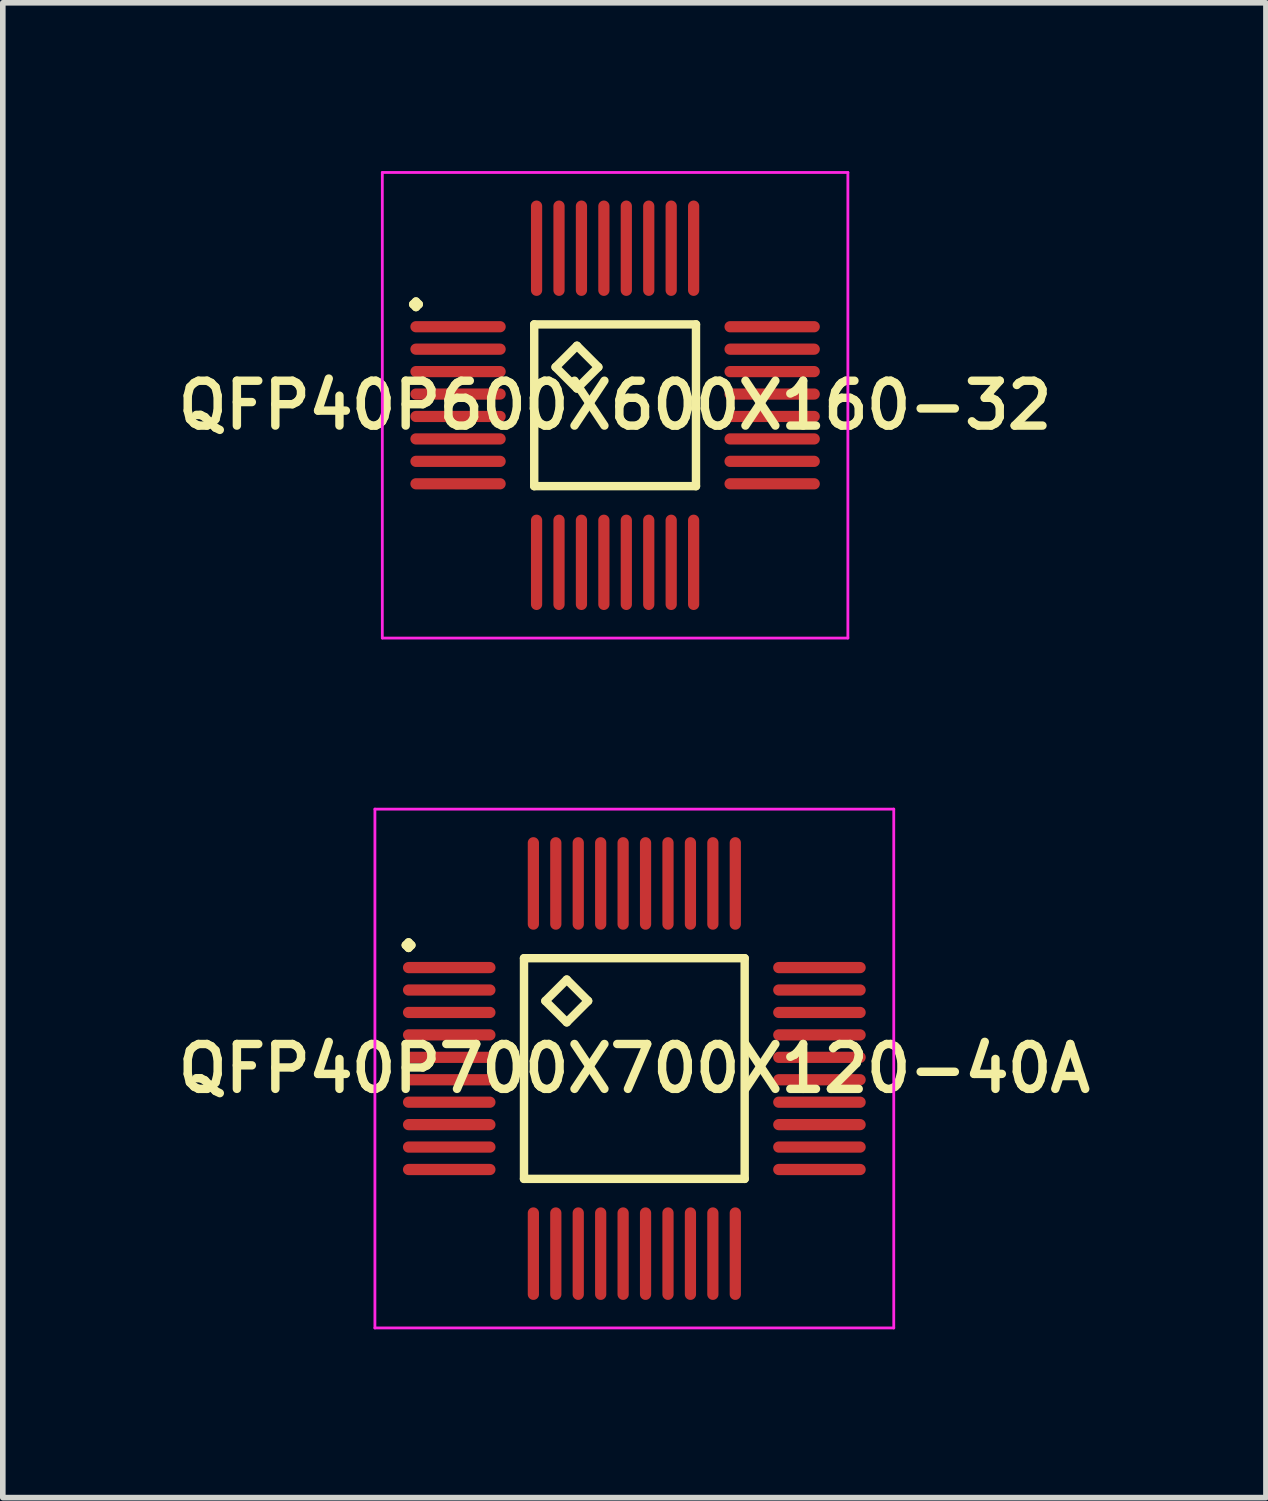
<source format=kicad_pcb>
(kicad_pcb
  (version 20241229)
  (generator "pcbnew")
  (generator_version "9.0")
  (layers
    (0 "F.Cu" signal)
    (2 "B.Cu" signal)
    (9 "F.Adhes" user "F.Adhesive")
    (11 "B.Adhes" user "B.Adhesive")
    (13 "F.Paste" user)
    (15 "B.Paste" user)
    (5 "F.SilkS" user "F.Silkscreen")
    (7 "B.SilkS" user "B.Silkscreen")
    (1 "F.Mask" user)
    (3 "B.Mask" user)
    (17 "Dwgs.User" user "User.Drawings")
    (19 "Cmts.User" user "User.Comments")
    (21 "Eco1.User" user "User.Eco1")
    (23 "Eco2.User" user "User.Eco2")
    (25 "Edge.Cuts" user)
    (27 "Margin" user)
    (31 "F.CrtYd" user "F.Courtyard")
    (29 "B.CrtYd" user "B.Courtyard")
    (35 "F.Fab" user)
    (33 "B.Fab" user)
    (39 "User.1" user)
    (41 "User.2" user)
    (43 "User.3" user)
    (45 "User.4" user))
  (footprint "QFP40P600X600X160-32"
    (layer "F.Cu")
    (at 7.916 4.175)
    (property "Reference" "QFP40P600X600X160-32" (at 0 0 0) (layer "F.SilkS") (effects (font (size 0.8 0.8) (thickness 0.15))))
    (attr smd)
    (fp_line (start -3.6 -1.8) (end -3.55 -1.85) (stroke (width 0.15) (type solid)) (layer "F.SilkS"))
    (fp_line (start -3.55 -1.85) (end -3.5 -1.8) (stroke (width 0.15) (type solid)) (layer "F.SilkS"))
    (fp_line (start -3.55 -1.75) (end -3.6 -1.8) (stroke (width 0.15) (type solid)) (layer "F.SilkS"))
    (fp_line (start -3.5 -1.8) (end -3.55 -1.75) (stroke (width 0.15) (type solid)) (layer "F.SilkS"))
    (fp_line (start -1.442 -1.442) (end -1.442 1.442) (stroke (width 0.15) (type solid)) (layer "F.SilkS"))
    (fp_line (start -1.442 1.442) (end 1.442 1.442) (stroke (width 0.15) (type solid)) (layer "F.SilkS"))
    (fp_line (start -1.061 -0.68) (end -0.68 -1.061) (stroke (width 0.15) (type solid)) (layer "F.SilkS"))
    (fp_line (start -0.68 -1.061) (end -0.299 -0.68) (stroke (width 0.15) (type solid)) (layer "F.SilkS"))
    (fp_line (start -0.68 -0.299) (end -1.061 -0.68) (stroke (width 0.15) (type solid)) (layer "F.SilkS"))
    (fp_line (start -0.299 -0.68) (end -0.68 -0.299) (stroke (width 0.15) (type solid)) (layer "F.SilkS"))
    (fp_line (start 1.442 -1.442) (end -1.442 -1.442) (stroke (width 0.15) (type solid)) (layer "F.SilkS"))
    (fp_line (start 1.442 1.442) (end 1.442 -1.442) (stroke (width 0.15) (type solid)) (layer "F.SilkS"))
    (fp_line (start -4.15 -4.15) (end 4.15 -4.15) (stroke (width 0.05) (type solid)) (layer "F.CrtYd"))
    (fp_line (start -4.15 4.15) (end -4.15 -4.15) (stroke (width 0.05) (type solid)) (layer "F.CrtYd"))
    (fp_line (start 4.15 -4.15) (end 4.15 4.15) (stroke (width 0.05) (type solid)) (layer "F.CrtYd"))
    (fp_line (start 4.15 4.15) (end -4.15 4.15) (stroke (width 0.05) (type solid)) (layer "F.CrtYd"))
    (pad "1" smd oval (at -2.8 -1.4) (size 1.7 0.2) (layers "F.Cu" "F.Mask" "F.Paste"))
    (pad "2" smd oval (at -2.8 -1) (size 1.7 0.2) (layers "F.Cu" "F.Mask" "F.Paste"))
    (pad "3" smd oval (at -2.8 -0.6) (size 1.7 0.2) (layers "F.Cu" "F.Mask" "F.Paste"))
    (pad "4" smd oval (at -2.8 -0.2) (size 1.7 0.2) (layers "F.Cu" "F.Mask" "F.Paste"))
    (pad "5" smd oval (at -2.8 0.2) (size 1.7 0.2) (layers "F.Cu" "F.Mask" "F.Paste"))
    (pad "6" smd oval (at -2.8 0.6) (size 1.7 0.2) (layers "F.Cu" "F.Mask" "F.Paste"))
    (pad "7" smd oval (at -2.8 1) (size 1.7 0.2) (layers "F.Cu" "F.Mask" "F.Paste"))
    (pad "8" smd oval (at -2.8 1.4) (size 1.7 0.2) (layers "F.Cu" "F.Mask" "F.Paste"))
    (pad "9" smd oval (at -1.4 2.8) (size 0.2 1.7) (layers "F.Cu" "F.Mask" "F.Paste"))
    (pad "10" smd oval (at -1 2.8) (size 0.2 1.7) (layers "F.Cu" "F.Mask" "F.Paste"))
    (pad "11" smd oval (at -0.6 2.8) (size 0.2 1.7) (layers "F.Cu" "F.Mask" "F.Paste"))
    (pad "12" smd oval (at -0.2 2.8) (size 0.2 1.7) (layers "F.Cu" "F.Mask" "F.Paste"))
    (pad "13" smd oval (at 0.2 2.8) (size 0.2 1.7) (layers "F.Cu" "F.Mask" "F.Paste"))
    (pad "14" smd oval (at 0.6 2.8) (size 0.2 1.7) (layers "F.Cu" "F.Mask" "F.Paste"))
    (pad "15" smd oval (at 1 2.8) (size 0.2 1.7) (layers "F.Cu" "F.Mask" "F.Paste"))
    (pad "16" smd oval (at 1.4 2.8) (size 0.2 1.7) (layers "F.Cu" "F.Mask" "F.Paste"))
    (pad "17" smd oval (at 2.8 1.4) (size 1.7 0.2) (layers "F.Cu" "F.Mask" "F.Paste"))
    (pad "18" smd oval (at 2.8 1) (size 1.7 0.2) (layers "F.Cu" "F.Mask" "F.Paste"))
    (pad "19" smd oval (at 2.8 0.6) (size 1.7 0.2) (layers "F.Cu" "F.Mask" "F.Paste"))
    (pad "20" smd oval (at 2.8 0.2) (size 1.7 0.2) (layers "F.Cu" "F.Mask" "F.Paste"))
    (pad "21" smd oval (at 2.8 -0.2) (size 1.7 0.2) (layers "F.Cu" "F.Mask" "F.Paste"))
    (pad "22" smd oval (at 2.8 -0.6) (size 1.7 0.2) (layers "F.Cu" "F.Mask" "F.Paste"))
    (pad "23" smd oval (at 2.8 -1) (size 1.7 0.2) (layers "F.Cu" "F.Mask" "F.Paste"))
    (pad "24" smd oval (at 2.8 -1.4) (size 1.7 0.2) (layers "F.Cu" "F.Mask" "F.Paste"))
    (pad "25" smd oval (at 1.4 -2.8) (size 0.2 1.7) (layers "F.Cu" "F.Mask" "F.Paste"))
    (pad "26" smd oval (at 1 -2.8) (size 0.2 1.7) (layers "F.Cu" "F.Mask" "F.Paste"))
    (pad "27" smd oval (at 0.6 -2.8) (size 0.2 1.7) (layers "F.Cu" "F.Mask" "F.Paste"))
    (pad "28" smd oval (at 0.2 -2.8) (size 0.2 1.7) (layers "F.Cu" "F.Mask" "F.Paste"))
    (pad "29" smd oval (at -0.2 -2.8) (size 0.2 1.7) (layers "F.Cu" "F.Mask" "F.Paste"))
    (pad "30" smd oval (at -0.6 -2.8) (size 0.2 1.7) (layers "F.Cu" "F.Mask" "F.Paste"))
    (pad "31" smd oval (at -1 -2.8) (size 0.2 1.7) (layers "F.Cu" "F.Mask" "F.Paste"))
    (pad "32" smd oval (at -1.4 -2.8) (size 0.2 1.7) (layers "F.Cu" "F.Mask" "F.Paste")))
  (footprint "QFP40P700X700X120-40A"
    (layer "F.Cu")
    (at 8.259 16)
    (property "Reference" "QFP40P700X700X120-40A" (at 0 0 0) (layer "F.SilkS") (effects (font (size 0.8 0.8) (thickness 0.15))))
    (attr smd)
    (fp_line (start -4.075 -2.2) (end -4.025 -2.25) (stroke (width 0.15) (type solid)) (layer "F.SilkS"))
    (fp_line (start -4.025 -2.25) (end -3.975 -2.2) (stroke (width 0.15) (type solid)) (layer "F.SilkS"))
    (fp_line (start -4.025 -2.15) (end -4.075 -2.2) (stroke (width 0.15) (type solid)) (layer "F.SilkS"))
    (fp_line (start -3.975 -2.2) (end -4.025 -2.15) (stroke (width 0.15) (type solid)) (layer "F.SilkS"))
    (fp_line (start -1.967 -1.967) (end -1.967 1.967) (stroke (width 0.15) (type solid)) (layer "F.SilkS"))
    (fp_line (start -1.967 1.967) (end 1.967 1.967) (stroke (width 0.15) (type solid)) (layer "F.SilkS"))
    (fp_line (start -1.586 -1.205) (end -1.205 -1.586) (stroke (width 0.15) (type solid)) (layer "F.SilkS"))
    (fp_line (start -1.205 -1.586) (end -0.824 -1.205) (stroke (width 0.15) (type solid)) (layer "F.SilkS"))
    (fp_line (start -1.205 -0.824) (end -1.586 -1.205) (stroke (width 0.15) (type solid)) (layer "F.SilkS"))
    (fp_line (start -0.824 -1.205) (end -1.205 -0.824) (stroke (width 0.15) (type solid)) (layer "F.SilkS"))
    (fp_line (start 1.967 -1.967) (end -1.967 -1.967) (stroke (width 0.15) (type solid)) (layer "F.SilkS"))
    (fp_line (start 1.967 1.967) (end 1.967 -1.967) (stroke (width 0.15) (type solid)) (layer "F.SilkS"))
    (fp_line (start -4.625 -4.625) (end 4.625 -4.625) (stroke (width 0.05) (type solid)) (layer "F.CrtYd"))
    (fp_line (start -4.625 4.625) (end -4.625 -4.625) (stroke (width 0.05) (type solid)) (layer "F.CrtYd"))
    (fp_line (start 4.625 -4.625) (end 4.625 4.625) (stroke (width 0.05) (type solid)) (layer "F.CrtYd"))
    (fp_line (start 4.625 4.625) (end -4.625 4.625) (stroke (width 0.05) (type solid)) (layer "F.CrtYd"))
    (pad "1" smd oval (at -3.3 -1.8) (size 1.65 0.2) (layers "F.Cu" "F.Mask" "F.Paste"))
    (pad "2" smd oval (at -3.3 -1.4) (size 1.65 0.2) (layers "F.Cu" "F.Mask" "F.Paste"))
    (pad "3" smd oval (at -3.3 -1) (size 1.65 0.2) (layers "F.Cu" "F.Mask" "F.Paste"))
    (pad "4" smd oval (at -3.3 -0.6) (size 1.65 0.2) (layers "F.Cu" "F.Mask" "F.Paste"))
    (pad "5" smd oval (at -3.3 -0.2) (size 1.65 0.2) (layers "F.Cu" "F.Mask" "F.Paste"))
    (pad "6" smd oval (at -3.3 0.2) (size 1.65 0.2) (layers "F.Cu" "F.Mask" "F.Paste"))
    (pad "7" smd oval (at -3.3 0.6) (size 1.65 0.2) (layers "F.Cu" "F.Mask" "F.Paste"))
    (pad "8" smd oval (at -3.3 1) (size 1.65 0.2) (layers "F.Cu" "F.Mask" "F.Paste"))
    (pad "9" smd oval (at -3.3 1.4) (size 1.65 0.2) (layers "F.Cu" "F.Mask" "F.Paste"))
    (pad "10" smd oval (at -3.3 1.8) (size 1.65 0.2) (layers "F.Cu" "F.Mask" "F.Paste"))
    (pad "11" smd oval (at -1.8 3.3) (size 0.2 1.65) (layers "F.Cu" "F.Mask" "F.Paste"))
    (pad "12" smd oval (at -1.4 3.3) (size 0.2 1.65) (layers "F.Cu" "F.Mask" "F.Paste"))
    (pad "13" smd oval (at -1 3.3) (size 0.2 1.65) (layers "F.Cu" "F.Mask" "F.Paste"))
    (pad "14" smd oval (at -0.6 3.3) (size 0.2 1.65) (layers "F.Cu" "F.Mask" "F.Paste"))
    (pad "15" smd oval (at -0.2 3.3) (size 0.2 1.65) (layers "F.Cu" "F.Mask" "F.Paste"))
    (pad "16" smd oval (at 0.2 3.3) (size 0.2 1.65) (layers "F.Cu" "F.Mask" "F.Paste"))
    (pad "17" smd oval (at 0.6 3.3) (size 0.2 1.65) (layers "F.Cu" "F.Mask" "F.Paste"))
    (pad "18" smd oval (at 1 3.3) (size 0.2 1.65) (layers "F.Cu" "F.Mask" "F.Paste"))
    (pad "19" smd oval (at 1.4 3.3) (size 0.2 1.65) (layers "F.Cu" "F.Mask" "F.Paste"))
    (pad "20" smd oval (at 1.8 3.3) (size 0.2 1.65) (layers "F.Cu" "F.Mask" "F.Paste"))
    (pad "21" smd oval (at 3.3 1.8) (size 1.65 0.2) (layers "F.Cu" "F.Mask" "F.Paste"))
    (pad "22" smd oval (at 3.3 1.4) (size 1.65 0.2) (layers "F.Cu" "F.Mask" "F.Paste"))
    (pad "23" smd oval (at 3.3 1) (size 1.65 0.2) (layers "F.Cu" "F.Mask" "F.Paste"))
    (pad "24" smd oval (at 3.3 0.6) (size 1.65 0.2) (layers "F.Cu" "F.Mask" "F.Paste"))
    (pad "25" smd oval (at 3.3 0.2) (size 1.65 0.2) (layers "F.Cu" "F.Mask" "F.Paste"))
    (pad "26" smd oval (at 3.3 -0.2) (size 1.65 0.2) (layers "F.Cu" "F.Mask" "F.Paste"))
    (pad "27" smd oval (at 3.3 -0.6) (size 1.65 0.2) (layers "F.Cu" "F.Mask" "F.Paste"))
    (pad "28" smd oval (at 3.3 -1) (size 1.65 0.2) (layers "F.Cu" "F.Mask" "F.Paste"))
    (pad "29" smd oval (at 3.3 -1.4) (size 1.65 0.2) (layers "F.Cu" "F.Mask" "F.Paste"))
    (pad "30" smd oval (at 3.3 -1.8) (size 1.65 0.2) (layers "F.Cu" "F.Mask" "F.Paste"))
    (pad "31" smd oval (at 1.8 -3.3) (size 0.2 1.65) (layers "F.Cu" "F.Mask" "F.Paste"))
    (pad "32" smd oval (at 1.4 -3.3) (size 0.2 1.65) (layers "F.Cu" "F.Mask" "F.Paste"))
    (pad "33" smd oval (at 1 -3.3) (size 0.2 1.65) (layers "F.Cu" "F.Mask" "F.Paste"))
    (pad "34" smd oval (at 0.6 -3.3) (size 0.2 1.65) (layers "F.Cu" "F.Mask" "F.Paste"))
    (pad "35" smd oval (at 0.2 -3.3) (size 0.2 1.65) (layers "F.Cu" "F.Mask" "F.Paste"))
    (pad "36" smd oval (at -0.2 -3.3) (size 0.2 1.65) (layers "F.Cu" "F.Mask" "F.Paste"))
    (pad "37" smd oval (at -0.6 -3.3) (size 0.2 1.65) (layers "F.Cu" "F.Mask" "F.Paste"))
    (pad "38" smd oval (at -1 -3.3) (size 0.2 1.65) (layers "F.Cu" "F.Mask" "F.Paste"))
    (pad "39" smd oval (at -1.4 -3.3) (size 0.2 1.65) (layers "F.Cu" "F.Mask" "F.Paste"))
    (pad "40" smd oval (at -1.8 -3.3) (size 0.2 1.65) (layers "F.Cu" "F.Mask" "F.Paste")))
  (gr_rect
    (start -3 -3)
    (end 19.519 23.65)
    (stroke (width 0.1) (type default))
    (fill no)
    (layer "Edge.Cuts")))
</source>
